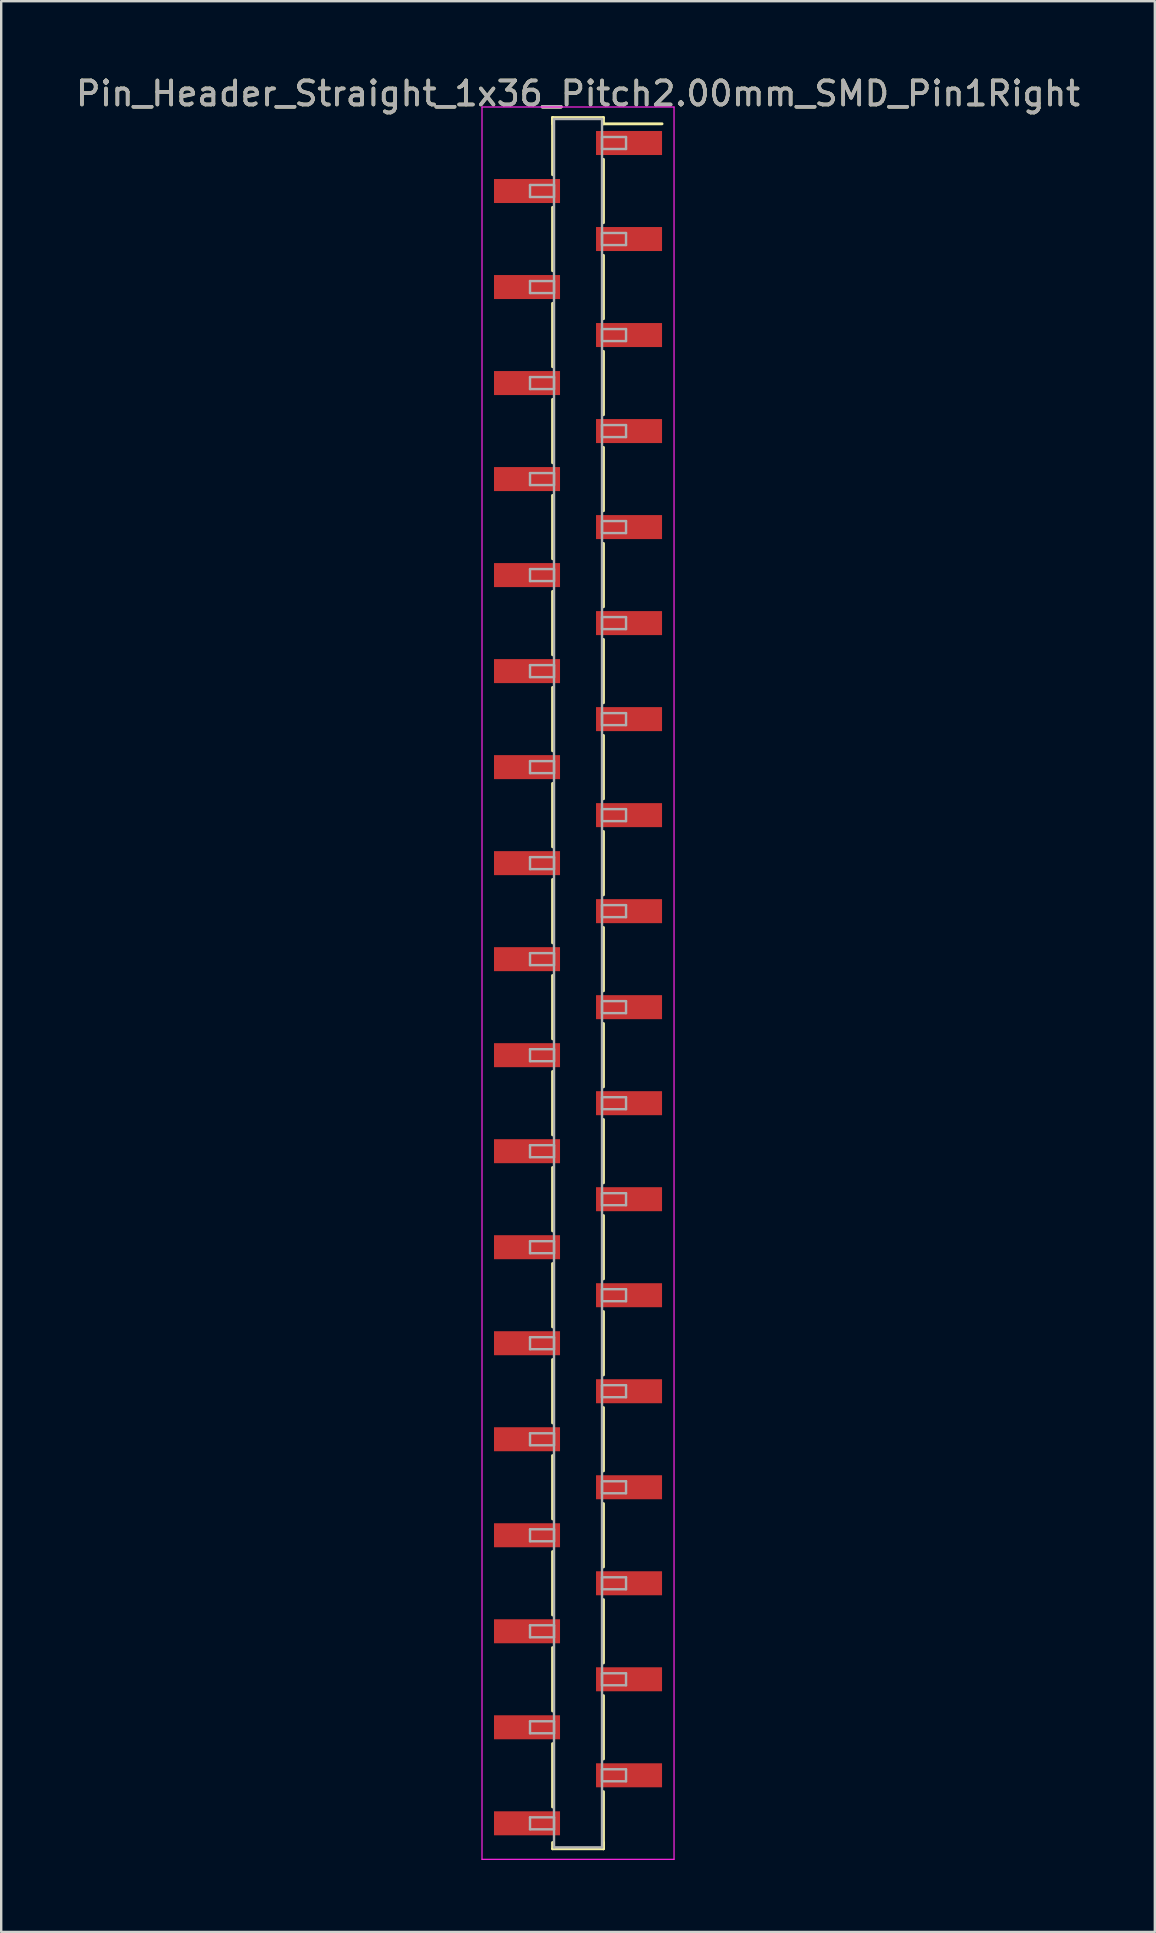
<source format=kicad_pcb>
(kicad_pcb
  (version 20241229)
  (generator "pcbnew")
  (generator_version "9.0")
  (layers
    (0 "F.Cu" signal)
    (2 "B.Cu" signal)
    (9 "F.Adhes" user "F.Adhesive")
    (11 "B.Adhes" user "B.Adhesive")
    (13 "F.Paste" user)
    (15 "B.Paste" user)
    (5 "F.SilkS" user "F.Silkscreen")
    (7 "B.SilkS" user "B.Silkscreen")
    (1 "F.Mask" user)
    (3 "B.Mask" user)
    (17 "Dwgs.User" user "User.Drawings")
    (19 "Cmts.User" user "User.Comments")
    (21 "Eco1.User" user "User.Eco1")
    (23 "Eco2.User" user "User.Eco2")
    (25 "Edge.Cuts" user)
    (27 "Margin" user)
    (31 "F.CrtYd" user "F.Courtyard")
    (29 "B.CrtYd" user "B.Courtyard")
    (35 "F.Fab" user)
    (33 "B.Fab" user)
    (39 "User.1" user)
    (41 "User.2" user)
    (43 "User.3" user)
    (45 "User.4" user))
  (footprint "Pin_Header_Straight_1x36_Pitch2.00mm_SMD_Pin1Right"
    (layer "F.Cu")
    (at 21.03 37.908)
    (property "Reference" "Pin_Header_Straight_1x36_Pitch2.00mm_SMD_Pin1Right" (at 0 -37.06 0) (layer "F.SilkS") (effects (font (size 1 1) (thickness 0.15))))
    (attr smd)
    (fp_line (start -1.06 -36.06) (end -1.06 -33.68) (stroke (width 0.12) (type solid)) (layer "F.SilkS"))
    (fp_line (start -1.06 -36.06) (end 1.06 -36.06) (stroke (width 0.12) (type solid)) (layer "F.SilkS"))
    (fp_line (start -1.06 -35.8) (end -1.06 -36.06) (stroke (width 0.12) (type solid)) (layer "F.SilkS"))
    (fp_line (start -1.06 -32.32) (end -1.06 -29.68) (stroke (width 0.12) (type solid)) (layer "F.SilkS"))
    (fp_line (start -1.06 -28.32) (end -1.06 -25.68) (stroke (width 0.12) (type solid)) (layer "F.SilkS"))
    (fp_line (start -1.06 -24.32) (end -1.06 -21.68) (stroke (width 0.12) (type solid)) (layer "F.SilkS"))
    (fp_line (start -1.06 -20.32) (end -1.06 -17.68) (stroke (width 0.12) (type solid)) (layer "F.SilkS"))
    (fp_line (start -1.06 -16.32) (end -1.06 -13.68) (stroke (width 0.12) (type solid)) (layer "F.SilkS"))
    (fp_line (start -1.06 -12.32) (end -1.06 -9.68) (stroke (width 0.12) (type solid)) (layer "F.SilkS"))
    (fp_line (start -1.06 -8.32) (end -1.06 -5.68) (stroke (width 0.12) (type solid)) (layer "F.SilkS"))
    (fp_line (start -1.06 -4.32) (end -1.06 -1.68) (stroke (width 0.12) (type solid)) (layer "F.SilkS"))
    (fp_line (start -1.06 -0.32) (end -1.06 2.32) (stroke (width 0.12) (type solid)) (layer "F.SilkS"))
    (fp_line (start -1.06 3.68) (end -1.06 6.32) (stroke (width 0.12) (type solid)) (layer "F.SilkS"))
    (fp_line (start -1.06 7.68) (end -1.06 10.32) (stroke (width 0.12) (type solid)) (layer "F.SilkS"))
    (fp_line (start -1.06 11.68) (end -1.06 14.32) (stroke (width 0.12) (type solid)) (layer "F.SilkS"))
    (fp_line (start -1.06 15.68) (end -1.06 18.32) (stroke (width 0.12) (type solid)) (layer "F.SilkS"))
    (fp_line (start -1.06 19.68) (end -1.06 22.32) (stroke (width 0.12) (type solid)) (layer "F.SilkS"))
    (fp_line (start -1.06 23.68) (end -1.06 26.32) (stroke (width 0.12) (type solid)) (layer "F.SilkS"))
    (fp_line (start -1.06 27.68) (end -1.06 30.32) (stroke (width 0.12) (type solid)) (layer "F.SilkS"))
    (fp_line (start -1.06 31.68) (end -1.06 34.32) (stroke (width 0.12) (type solid)) (layer "F.SilkS"))
    (fp_line (start -1.06 35.8) (end -1.06 36.06) (stroke (width 0.12) (type solid)) (layer "F.SilkS"))
    (fp_line (start -1.06 36.06) (end 1.06 36.06) (stroke (width 0.12) (type solid)) (layer "F.SilkS"))
    (fp_line (start 1.06 -36.06) (end 1.06 -35.8) (stroke (width 0.12) (type solid)) (layer "F.SilkS"))
    (fp_line (start 1.06 -35.8) (end 3.5 -35.8) (stroke (width 0.12) (type solid)) (layer "F.SilkS"))
    (fp_line (start 1.06 -34.32) (end 1.06 -31.68) (stroke (width 0.12) (type solid)) (layer "F.SilkS"))
    (fp_line (start 1.06 -30.32) (end 1.06 -27.68) (stroke (width 0.12) (type solid)) (layer "F.SilkS"))
    (fp_line (start 1.06 -26.32) (end 1.06 -23.68) (stroke (width 0.12) (type solid)) (layer "F.SilkS"))
    (fp_line (start 1.06 -22.32) (end 1.06 -19.68) (stroke (width 0.12) (type solid)) (layer "F.SilkS"))
    (fp_line (start 1.06 -18.32) (end 1.06 -15.68) (stroke (width 0.12) (type solid)) (layer "F.SilkS"))
    (fp_line (start 1.06 -14.32) (end 1.06 -11.68) (stroke (width 0.12) (type solid)) (layer "F.SilkS"))
    (fp_line (start 1.06 -10.32) (end 1.06 -7.68) (stroke (width 0.12) (type solid)) (layer "F.SilkS"))
    (fp_line (start 1.06 -6.32) (end 1.06 -3.68) (stroke (width 0.12) (type solid)) (layer "F.SilkS"))
    (fp_line (start 1.06 -2.32) (end 1.06 0.32) (stroke (width 0.12) (type solid)) (layer "F.SilkS"))
    (fp_line (start 1.06 1.68) (end 1.06 4.32) (stroke (width 0.12) (type solid)) (layer "F.SilkS"))
    (fp_line (start 1.06 5.68) (end 1.06 8.32) (stroke (width 0.12) (type solid)) (layer "F.SilkS"))
    (fp_line (start 1.06 9.68) (end 1.06 12.32) (stroke (width 0.12) (type solid)) (layer "F.SilkS"))
    (fp_line (start 1.06 13.68) (end 1.06 16.32) (stroke (width 0.12) (type solid)) (layer "F.SilkS"))
    (fp_line (start 1.06 17.68) (end 1.06 20.32) (stroke (width 0.12) (type solid)) (layer "F.SilkS"))
    (fp_line (start 1.06 21.68) (end 1.06 24.32) (stroke (width 0.12) (type solid)) (layer "F.SilkS"))
    (fp_line (start 1.06 25.68) (end 1.06 28.32) (stroke (width 0.12) (type solid)) (layer "F.SilkS"))
    (fp_line (start 1.06 29.68) (end 1.06 32.32) (stroke (width 0.12) (type solid)) (layer "F.SilkS"))
    (fp_line (start 1.06 33.68) (end 1.06 36.06) (stroke (width 0.12) (type solid)) (layer "F.SilkS"))
    (fp_line (start 1.06 36.06) (end 1.06 35.8) (stroke (width 0.12) (type solid)) (layer "F.SilkS"))
    (fp_line (start -4 -36.5) (end -4 36.5) (stroke (width 0.05) (type solid)) (layer "F.CrtYd"))
    (fp_line (start -4 36.5) (end 4 36.5) (stroke (width 0.05) (type solid)) (layer "F.CrtYd"))
    (fp_line (start 4 -36.5) (end -4 -36.5) (stroke (width 0.05) (type solid)) (layer "F.CrtYd"))
    (fp_line (start 4 36.5) (end 4 -36.5) (stroke (width 0.05) (type solid)) (layer "F.CrtYd"))
    (fp_line (start -2 -33.25) (end -1 -33.25) (stroke (width 0.1) (type solid)) (layer "F.Fab"))
    (fp_line (start -2 -32.75) (end -2 -33.25) (stroke (width 0.1) (type solid)) (layer "F.Fab"))
    (fp_line (start -2 -29.25) (end -1 -29.25) (stroke (width 0.1) (type solid)) (layer "F.Fab"))
    (fp_line (start -2 -28.75) (end -2 -29.25) (stroke (width 0.1) (type solid)) (layer "F.Fab"))
    (fp_line (start -2 -25.25) (end -1 -25.25) (stroke (width 0.1) (type solid)) (layer "F.Fab"))
    (fp_line (start -2 -24.75) (end -2 -25.25) (stroke (width 0.1) (type solid)) (layer "F.Fab"))
    (fp_line (start -2 -21.25) (end -1 -21.25) (stroke (width 0.1) (type solid)) (layer "F.Fab"))
    (fp_line (start -2 -20.75) (end -2 -21.25) (stroke (width 0.1) (type solid)) (layer "F.Fab"))
    (fp_line (start -2 -17.25) (end -1 -17.25) (stroke (width 0.1) (type solid)) (layer "F.Fab"))
    (fp_line (start -2 -16.75) (end -2 -17.25) (stroke (width 0.1) (type solid)) (layer "F.Fab"))
    (fp_line (start -2 -13.25) (end -1 -13.25) (stroke (width 0.1) (type solid)) (layer "F.Fab"))
    (fp_line (start -2 -12.75) (end -2 -13.25) (stroke (width 0.1) (type solid)) (layer "F.Fab"))
    (fp_line (start -2 -9.25) (end -1 -9.25) (stroke (width 0.1) (type solid)) (layer "F.Fab"))
    (fp_line (start -2 -8.75) (end -2 -9.25) (stroke (width 0.1) (type solid)) (layer "F.Fab"))
    (fp_line (start -2 -5.25) (end -1 -5.25) (stroke (width 0.1) (type solid)) (layer "F.Fab"))
    (fp_line (start -2 -4.75) (end -2 -5.25) (stroke (width 0.1) (type solid)) (layer "F.Fab"))
    (fp_line (start -2 -1.25) (end -1 -1.25) (stroke (width 0.1) (type solid)) (layer "F.Fab"))
    (fp_line (start -2 -0.75) (end -2 -1.25) (stroke (width 0.1) (type solid)) (layer "F.Fab"))
    (fp_line (start -2 2.75) (end -1 2.75) (stroke (width 0.1) (type solid)) (layer "F.Fab"))
    (fp_line (start -2 3.25) (end -2 2.75) (stroke (width 0.1) (type solid)) (layer "F.Fab"))
    (fp_line (start -2 6.75) (end -1 6.75) (stroke (width 0.1) (type solid)) (layer "F.Fab"))
    (fp_line (start -2 7.25) (end -2 6.75) (stroke (width 0.1) (type solid)) (layer "F.Fab"))
    (fp_line (start -2 10.75) (end -1 10.75) (stroke (width 0.1) (type solid)) (layer "F.Fab"))
    (fp_line (start -2 11.25) (end -2 10.75) (stroke (width 0.1) (type solid)) (layer "F.Fab"))
    (fp_line (start -2 14.75) (end -1 14.75) (stroke (width 0.1) (type solid)) (layer "F.Fab"))
    (fp_line (start -2 15.25) (end -2 14.75) (stroke (width 0.1) (type solid)) (layer "F.Fab"))
    (fp_line (start -2 18.75) (end -1 18.75) (stroke (width 0.1) (type solid)) (layer "F.Fab"))
    (fp_line (start -2 19.25) (end -2 18.75) (stroke (width 0.1) (type solid)) (layer "F.Fab"))
    (fp_line (start -2 22.75) (end -1 22.75) (stroke (width 0.1) (type solid)) (layer "F.Fab"))
    (fp_line (start -2 23.25) (end -2 22.75) (stroke (width 0.1) (type solid)) (layer "F.Fab"))
    (fp_line (start -2 26.75) (end -1 26.75) (stroke (width 0.1) (type solid)) (layer "F.Fab"))
    (fp_line (start -2 27.25) (end -2 26.75) (stroke (width 0.1) (type solid)) (layer "F.Fab"))
    (fp_line (start -2 30.75) (end -1 30.75) (stroke (width 0.1) (type solid)) (layer "F.Fab"))
    (fp_line (start -2 31.25) (end -2 30.75) (stroke (width 0.1) (type solid)) (layer "F.Fab"))
    (fp_line (start -2 34.75) (end -1 34.75) (stroke (width 0.1) (type solid)) (layer "F.Fab"))
    (fp_line (start -2 35.25) (end -2 34.75) (stroke (width 0.1) (type solid)) (layer "F.Fab"))
    (fp_line (start -1 -36) (end -1 36) (stroke (width 0.1) (type solid)) (layer "F.Fab"))
    (fp_line (start -1 -33.25) (end -1 -32.75) (stroke (width 0.1) (type solid)) (layer "F.Fab"))
    (fp_line (start -1 -32.75) (end -2 -32.75) (stroke (width 0.1) (type solid)) (layer "F.Fab"))
    (fp_line (start -1 -29.25) (end -1 -28.75) (stroke (width 0.1) (type solid)) (layer "F.Fab"))
    (fp_line (start -1 -28.75) (end -2 -28.75) (stroke (width 0.1) (type solid)) (layer "F.Fab"))
    (fp_line (start -1 -25.25) (end -1 -24.75) (stroke (width 0.1) (type solid)) (layer "F.Fab"))
    (fp_line (start -1 -24.75) (end -2 -24.75) (stroke (width 0.1) (type solid)) (layer "F.Fab"))
    (fp_line (start -1 -21.25) (end -1 -20.75) (stroke (width 0.1) (type solid)) (layer "F.Fab"))
    (fp_line (start -1 -20.75) (end -2 -20.75) (stroke (width 0.1) (type solid)) (layer "F.Fab"))
    (fp_line (start -1 -17.25) (end -1 -16.75) (stroke (width 0.1) (type solid)) (layer "F.Fab"))
    (fp_line (start -1 -16.75) (end -2 -16.75) (stroke (width 0.1) (type solid)) (layer "F.Fab"))
    (fp_line (start -1 -13.25) (end -1 -12.75) (stroke (width 0.1) (type solid)) (layer "F.Fab"))
    (fp_line (start -1 -12.75) (end -2 -12.75) (stroke (width 0.1) (type solid)) (layer "F.Fab"))
    (fp_line (start -1 -9.25) (end -1 -8.75) (stroke (width 0.1) (type solid)) (layer "F.Fab"))
    (fp_line (start -1 -8.75) (end -2 -8.75) (stroke (width 0.1) (type solid)) (layer "F.Fab"))
    (fp_line (start -1 -5.25) (end -1 -4.75) (stroke (width 0.1) (type solid)) (layer "F.Fab"))
    (fp_line (start -1 -4.75) (end -2 -4.75) (stroke (width 0.1) (type solid)) (layer "F.Fab"))
    (fp_line (start -1 -1.25) (end -1 -0.75) (stroke (width 0.1) (type solid)) (layer "F.Fab"))
    (fp_line (start -1 -0.75) (end -2 -0.75) (stroke (width 0.1) (type solid)) (layer "F.Fab"))
    (fp_line (start -1 2.75) (end -1 3.25) (stroke (width 0.1) (type solid)) (layer "F.Fab"))
    (fp_line (start -1 3.25) (end -2 3.25) (stroke (width 0.1) (type solid)) (layer "F.Fab"))
    (fp_line (start -1 6.75) (end -1 7.25) (stroke (width 0.1) (type solid)) (layer "F.Fab"))
    (fp_line (start -1 7.25) (end -2 7.25) (stroke (width 0.1) (type solid)) (layer "F.Fab"))
    (fp_line (start -1 10.75) (end -1 11.25) (stroke (width 0.1) (type solid)) (layer "F.Fab"))
    (fp_line (start -1 11.25) (end -2 11.25) (stroke (width 0.1) (type solid)) (layer "F.Fab"))
    (fp_line (start -1 14.75) (end -1 15.25) (stroke (width 0.1) (type solid)) (layer "F.Fab"))
    (fp_line (start -1 15.25) (end -2 15.25) (stroke (width 0.1) (type solid)) (layer "F.Fab"))
    (fp_line (start -1 18.75) (end -1 19.25) (stroke (width 0.1) (type solid)) (layer "F.Fab"))
    (fp_line (start -1 19.25) (end -2 19.25) (stroke (width 0.1) (type solid)) (layer "F.Fab"))
    (fp_line (start -1 22.75) (end -1 23.25) (stroke (width 0.1) (type solid)) (layer "F.Fab"))
    (fp_line (start -1 23.25) (end -2 23.25) (stroke (width 0.1) (type solid)) (layer "F.Fab"))
    (fp_line (start -1 26.75) (end -1 27.25) (stroke (width 0.1) (type solid)) (layer "F.Fab"))
    (fp_line (start -1 27.25) (end -2 27.25) (stroke (width 0.1) (type solid)) (layer "F.Fab"))
    (fp_line (start -1 30.75) (end -1 31.25) (stroke (width 0.1) (type solid)) (layer "F.Fab"))
    (fp_line (start -1 31.25) (end -2 31.25) (stroke (width 0.1) (type solid)) (layer "F.Fab"))
    (fp_line (start -1 34.75) (end -1 35.25) (stroke (width 0.1) (type solid)) (layer "F.Fab"))
    (fp_line (start -1 35.25) (end -2 35.25) (stroke (width 0.1) (type solid)) (layer "F.Fab"))
    (fp_line (start -1 36) (end 1 36) (stroke (width 0.1) (type solid)) (layer "F.Fab"))
    (fp_line (start 1 -36) (end -1 -36) (stroke (width 0.1) (type solid)) (layer "F.Fab"))
    (fp_line (start 1 -35.25) (end 1 -34.75) (stroke (width 0.1) (type solid)) (layer "F.Fab"))
    (fp_line (start 1 -34.75) (end 2 -34.75) (stroke (width 0.1) (type solid)) (layer "F.Fab"))
    (fp_line (start 1 -31.25) (end 1 -30.75) (stroke (width 0.1) (type solid)) (layer "F.Fab"))
    (fp_line (start 1 -30.75) (end 2 -30.75) (stroke (width 0.1) (type solid)) (layer "F.Fab"))
    (fp_line (start 1 -27.25) (end 1 -26.75) (stroke (width 0.1) (type solid)) (layer "F.Fab"))
    (fp_line (start 1 -26.75) (end 2 -26.75) (stroke (width 0.1) (type solid)) (layer "F.Fab"))
    (fp_line (start 1 -23.25) (end 1 -22.75) (stroke (width 0.1) (type solid)) (layer "F.Fab"))
    (fp_line (start 1 -22.75) (end 2 -22.75) (stroke (width 0.1) (type solid)) (layer "F.Fab"))
    (fp_line (start 1 -19.25) (end 1 -18.75) (stroke (width 0.1) (type solid)) (layer "F.Fab"))
    (fp_line (start 1 -18.75) (end 2 -18.75) (stroke (width 0.1) (type solid)) (layer "F.Fab"))
    (fp_line (start 1 -15.25) (end 1 -14.75) (stroke (width 0.1) (type solid)) (layer "F.Fab"))
    (fp_line (start 1 -14.75) (end 2 -14.75) (stroke (width 0.1) (type solid)) (layer "F.Fab"))
    (fp_line (start 1 -11.25) (end 1 -10.75) (stroke (width 0.1) (type solid)) (layer "F.Fab"))
    (fp_line (start 1 -10.75) (end 2 -10.75) (stroke (width 0.1) (type solid)) (layer "F.Fab"))
    (fp_line (start 1 -7.25) (end 1 -6.75) (stroke (width 0.1) (type solid)) (layer "F.Fab"))
    (fp_line (start 1 -6.75) (end 2 -6.75) (stroke (width 0.1) (type solid)) (layer "F.Fab"))
    (fp_line (start 1 -3.25) (end 1 -2.75) (stroke (width 0.1) (type solid)) (layer "F.Fab"))
    (fp_line (start 1 -2.75) (end 2 -2.75) (stroke (width 0.1) (type solid)) (layer "F.Fab"))
    (fp_line (start 1 0.75) (end 1 1.25) (stroke (width 0.1) (type solid)) (layer "F.Fab"))
    (fp_line (start 1 1.25) (end 2 1.25) (stroke (width 0.1) (type solid)) (layer "F.Fab"))
    (fp_line (start 1 4.75) (end 1 5.25) (stroke (width 0.1) (type solid)) (layer "F.Fab"))
    (fp_line (start 1 5.25) (end 2 5.25) (stroke (width 0.1) (type solid)) (layer "F.Fab"))
    (fp_line (start 1 8.75) (end 1 9.25) (stroke (width 0.1) (type solid)) (layer "F.Fab"))
    (fp_line (start 1 9.25) (end 2 9.25) (stroke (width 0.1) (type solid)) (layer "F.Fab"))
    (fp_line (start 1 12.75) (end 1 13.25) (stroke (width 0.1) (type solid)) (layer "F.Fab"))
    (fp_line (start 1 13.25) (end 2 13.25) (stroke (width 0.1) (type solid)) (layer "F.Fab"))
    (fp_line (start 1 16.75) (end 1 17.25) (stroke (width 0.1) (type solid)) (layer "F.Fab"))
    (fp_line (start 1 17.25) (end 2 17.25) (stroke (width 0.1) (type solid)) (layer "F.Fab"))
    (fp_line (start 1 20.75) (end 1 21.25) (stroke (width 0.1) (type solid)) (layer "F.Fab"))
    (fp_line (start 1 21.25) (end 2 21.25) (stroke (width 0.1) (type solid)) (layer "F.Fab"))
    (fp_line (start 1 24.75) (end 1 25.25) (stroke (width 0.1) (type solid)) (layer "F.Fab"))
    (fp_line (start 1 25.25) (end 2 25.25) (stroke (width 0.1) (type solid)) (layer "F.Fab"))
    (fp_line (start 1 28.75) (end 1 29.25) (stroke (width 0.1) (type solid)) (layer "F.Fab"))
    (fp_line (start 1 29.25) (end 2 29.25) (stroke (width 0.1) (type solid)) (layer "F.Fab"))
    (fp_line (start 1 32.75) (end 1 33.25) (stroke (width 0.1) (type solid)) (layer "F.Fab"))
    (fp_line (start 1 33.25) (end 2 33.25) (stroke (width 0.1) (type solid)) (layer "F.Fab"))
    (fp_line (start 1 36) (end 1 -36) (stroke (width 0.1) (type solid)) (layer "F.Fab"))
    (fp_line (start 2 -35.25) (end 1 -35.25) (stroke (width 0.1) (type solid)) (layer "F.Fab"))
    (fp_line (start 2 -34.75) (end 2 -35.25) (stroke (width 0.1) (type solid)) (layer "F.Fab"))
    (fp_line (start 2 -31.25) (end 1 -31.25) (stroke (width 0.1) (type solid)) (layer "F.Fab"))
    (fp_line (start 2 -30.75) (end 2 -31.25) (stroke (width 0.1) (type solid)) (layer "F.Fab"))
    (fp_line (start 2 -27.25) (end 1 -27.25) (stroke (width 0.1) (type solid)) (layer "F.Fab"))
    (fp_line (start 2 -26.75) (end 2 -27.25) (stroke (width 0.1) (type solid)) (layer "F.Fab"))
    (fp_line (start 2 -23.25) (end 1 -23.25) (stroke (width 0.1) (type solid)) (layer "F.Fab"))
    (fp_line (start 2 -22.75) (end 2 -23.25) (stroke (width 0.1) (type solid)) (layer "F.Fab"))
    (fp_line (start 2 -19.25) (end 1 -19.25) (stroke (width 0.1) (type solid)) (layer "F.Fab"))
    (fp_line (start 2 -18.75) (end 2 -19.25) (stroke (width 0.1) (type solid)) (layer "F.Fab"))
    (fp_line (start 2 -15.25) (end 1 -15.25) (stroke (width 0.1) (type solid)) (layer "F.Fab"))
    (fp_line (start 2 -14.75) (end 2 -15.25) (stroke (width 0.1) (type solid)) (layer "F.Fab"))
    (fp_line (start 2 -11.25) (end 1 -11.25) (stroke (width 0.1) (type solid)) (layer "F.Fab"))
    (fp_line (start 2 -10.75) (end 2 -11.25) (stroke (width 0.1) (type solid)) (layer "F.Fab"))
    (fp_line (start 2 -7.25) (end 1 -7.25) (stroke (width 0.1) (type solid)) (layer "F.Fab"))
    (fp_line (start 2 -6.75) (end 2 -7.25) (stroke (width 0.1) (type solid)) (layer "F.Fab"))
    (fp_line (start 2 -3.25) (end 1 -3.25) (stroke (width 0.1) (type solid)) (layer "F.Fab"))
    (fp_line (start 2 -2.75) (end 2 -3.25) (stroke (width 0.1) (type solid)) (layer "F.Fab"))
    (fp_line (start 2 0.75) (end 1 0.75) (stroke (width 0.1) (type solid)) (layer "F.Fab"))
    (fp_line (start 2 1.25) (end 2 0.75) (stroke (width 0.1) (type solid)) (layer "F.Fab"))
    (fp_line (start 2 4.75) (end 1 4.75) (stroke (width 0.1) (type solid)) (layer "F.Fab"))
    (fp_line (start 2 5.25) (end 2 4.75) (stroke (width 0.1) (type solid)) (layer "F.Fab"))
    (fp_line (start 2 8.75) (end 1 8.75) (stroke (width 0.1) (type solid)) (layer "F.Fab"))
    (fp_line (start 2 9.25) (end 2 8.75) (stroke (width 0.1) (type solid)) (layer "F.Fab"))
    (fp_line (start 2 12.75) (end 1 12.75) (stroke (width 0.1) (type solid)) (layer "F.Fab"))
    (fp_line (start 2 13.25) (end 2 12.75) (stroke (width 0.1) (type solid)) (layer "F.Fab"))
    (fp_line (start 2 16.75) (end 1 16.75) (stroke (width 0.1) (type solid)) (layer "F.Fab"))
    (fp_line (start 2 17.25) (end 2 16.75) (stroke (width 0.1) (type solid)) (layer "F.Fab"))
    (fp_line (start 2 20.75) (end 1 20.75) (stroke (width 0.1) (type solid)) (layer "F.Fab"))
    (fp_line (start 2 21.25) (end 2 20.75) (stroke (width 0.1) (type solid)) (layer "F.Fab"))
    (fp_line (start 2 24.75) (end 1 24.75) (stroke (width 0.1) (type solid)) (layer "F.Fab"))
    (fp_line (start 2 25.25) (end 2 24.75) (stroke (width 0.1) (type solid)) (layer "F.Fab"))
    (fp_line (start 2 28.75) (end 1 28.75) (stroke (width 0.1) (type solid)) (layer "F.Fab"))
    (fp_line (start 2 29.25) (end 2 28.75) (stroke (width 0.1) (type solid)) (layer "F.Fab"))
    (fp_line (start 2 32.75) (end 1 32.75) (stroke (width 0.1) (type solid)) (layer "F.Fab"))
    (fp_line (start 2 33.25) (end 2 32.75) (stroke (width 0.1) (type solid)) (layer "F.Fab"))
    (fp_text user "${REFERENCE}" (at 0 -37.06 0) (layer "F.Fab") (effects (font (size 1 1) (thickness 0.15))))
    (pad "1" smd rect (at 2.125 -35) (size 2.75 1) (layers "F.Cu" "F.Mask" "F.Paste"))
    (pad "2" smd rect (at -2.125 -33) (size 2.75 1) (layers "F.Cu" "F.Mask" "F.Paste"))
    (pad "3" smd rect (at 2.125 -31) (size 2.75 1) (layers "F.Cu" "F.Mask" "F.Paste"))
    (pad "4" smd rect (at -2.125 -29) (size 2.75 1) (layers "F.Cu" "F.Mask" "F.Paste"))
    (pad "5" smd rect (at 2.125 -27) (size 2.75 1) (layers "F.Cu" "F.Mask" "F.Paste"))
    (pad "6" smd rect (at -2.125 -25) (size 2.75 1) (layers "F.Cu" "F.Mask" "F.Paste"))
    (pad "7" smd rect (at 2.125 -23) (size 2.75 1) (layers "F.Cu" "F.Mask" "F.Paste"))
    (pad "8" smd rect (at -2.125 -21) (size 2.75 1) (layers "F.Cu" "F.Mask" "F.Paste"))
    (pad "9" smd rect (at 2.125 -19) (size 2.75 1) (layers "F.Cu" "F.Mask" "F.Paste"))
    (pad "10" smd rect (at -2.125 -17) (size 2.75 1) (layers "F.Cu" "F.Mask" "F.Paste"))
    (pad "11" smd rect (at 2.125 -15) (size 2.75 1) (layers "F.Cu" "F.Mask" "F.Paste"))
    (pad "12" smd rect (at -2.125 -13) (size 2.75 1) (layers "F.Cu" "F.Mask" "F.Paste"))
    (pad "13" smd rect (at 2.125 -11) (size 2.75 1) (layers "F.Cu" "F.Mask" "F.Paste"))
    (pad "14" smd rect (at -2.125 -9) (size 2.75 1) (layers "F.Cu" "F.Mask" "F.Paste"))
    (pad "15" smd rect (at 2.125 -7) (size 2.75 1) (layers "F.Cu" "F.Mask" "F.Paste"))
    (pad "16" smd rect (at -2.125 -5) (size 2.75 1) (layers "F.Cu" "F.Mask" "F.Paste"))
    (pad "17" smd rect (at 2.125 -3) (size 2.75 1) (layers "F.Cu" "F.Mask" "F.Paste"))
    (pad "18" smd rect (at -2.125 -1) (size 2.75 1) (layers "F.Cu" "F.Mask" "F.Paste"))
    (pad "19" smd rect (at 2.125 1) (size 2.75 1) (layers "F.Cu" "F.Mask" "F.Paste"))
    (pad "20" smd rect (at -2.125 3) (size 2.75 1) (layers "F.Cu" "F.Mask" "F.Paste"))
    (pad "21" smd rect (at 2.125 5) (size 2.75 1) (layers "F.Cu" "F.Mask" "F.Paste"))
    (pad "22" smd rect (at -2.125 7) (size 2.75 1) (layers "F.Cu" "F.Mask" "F.Paste"))
    (pad "23" smd rect (at 2.125 9) (size 2.75 1) (layers "F.Cu" "F.Mask" "F.Paste"))
    (pad "24" smd rect (at -2.125 11) (size 2.75 1) (layers "F.Cu" "F.Mask" "F.Paste"))
    (pad "25" smd rect (at 2.125 13) (size 2.75 1) (layers "F.Cu" "F.Mask" "F.Paste"))
    (pad "26" smd rect (at -2.125 15) (size 2.75 1) (layers "F.Cu" "F.Mask" "F.Paste"))
    (pad "27" smd rect (at 2.125 17) (size 2.75 1) (layers "F.Cu" "F.Mask" "F.Paste"))
    (pad "28" smd rect (at -2.125 19) (size 2.75 1) (layers "F.Cu" "F.Mask" "F.Paste"))
    (pad "29" smd rect (at 2.125 21) (size 2.75 1) (layers "F.Cu" "F.Mask" "F.Paste"))
    (pad "30" smd rect (at -2.125 23) (size 2.75 1) (layers "F.Cu" "F.Mask" "F.Paste"))
    (pad "31" smd rect (at 2.125 25) (size 2.75 1) (layers "F.Cu" "F.Mask" "F.Paste"))
    (pad "32" smd rect (at -2.125 27) (size 2.75 1) (layers "F.Cu" "F.Mask" "F.Paste"))
    (pad "33" smd rect (at 2.125 29) (size 2.75 1) (layers "F.Cu" "F.Mask" "F.Paste"))
    (pad "34" smd rect (at -2.125 31) (size 2.75 1) (layers "F.Cu" "F.Mask" "F.Paste"))
    (pad "35" smd rect (at 2.125 33) (size 2.75 1) (layers "F.Cu" "F.Mask" "F.Paste"))
    (pad "36" smd rect (at -2.125 35) (size 2.75 1) (layers "F.Cu" "F.Mask" "F.Paste")))
  (gr_rect
    (start -3 -3)
    (end 45.06 77.433)
    (stroke (width 0.1) (type default))
    (fill no)
    (layer "Edge.Cuts")))
</source>
